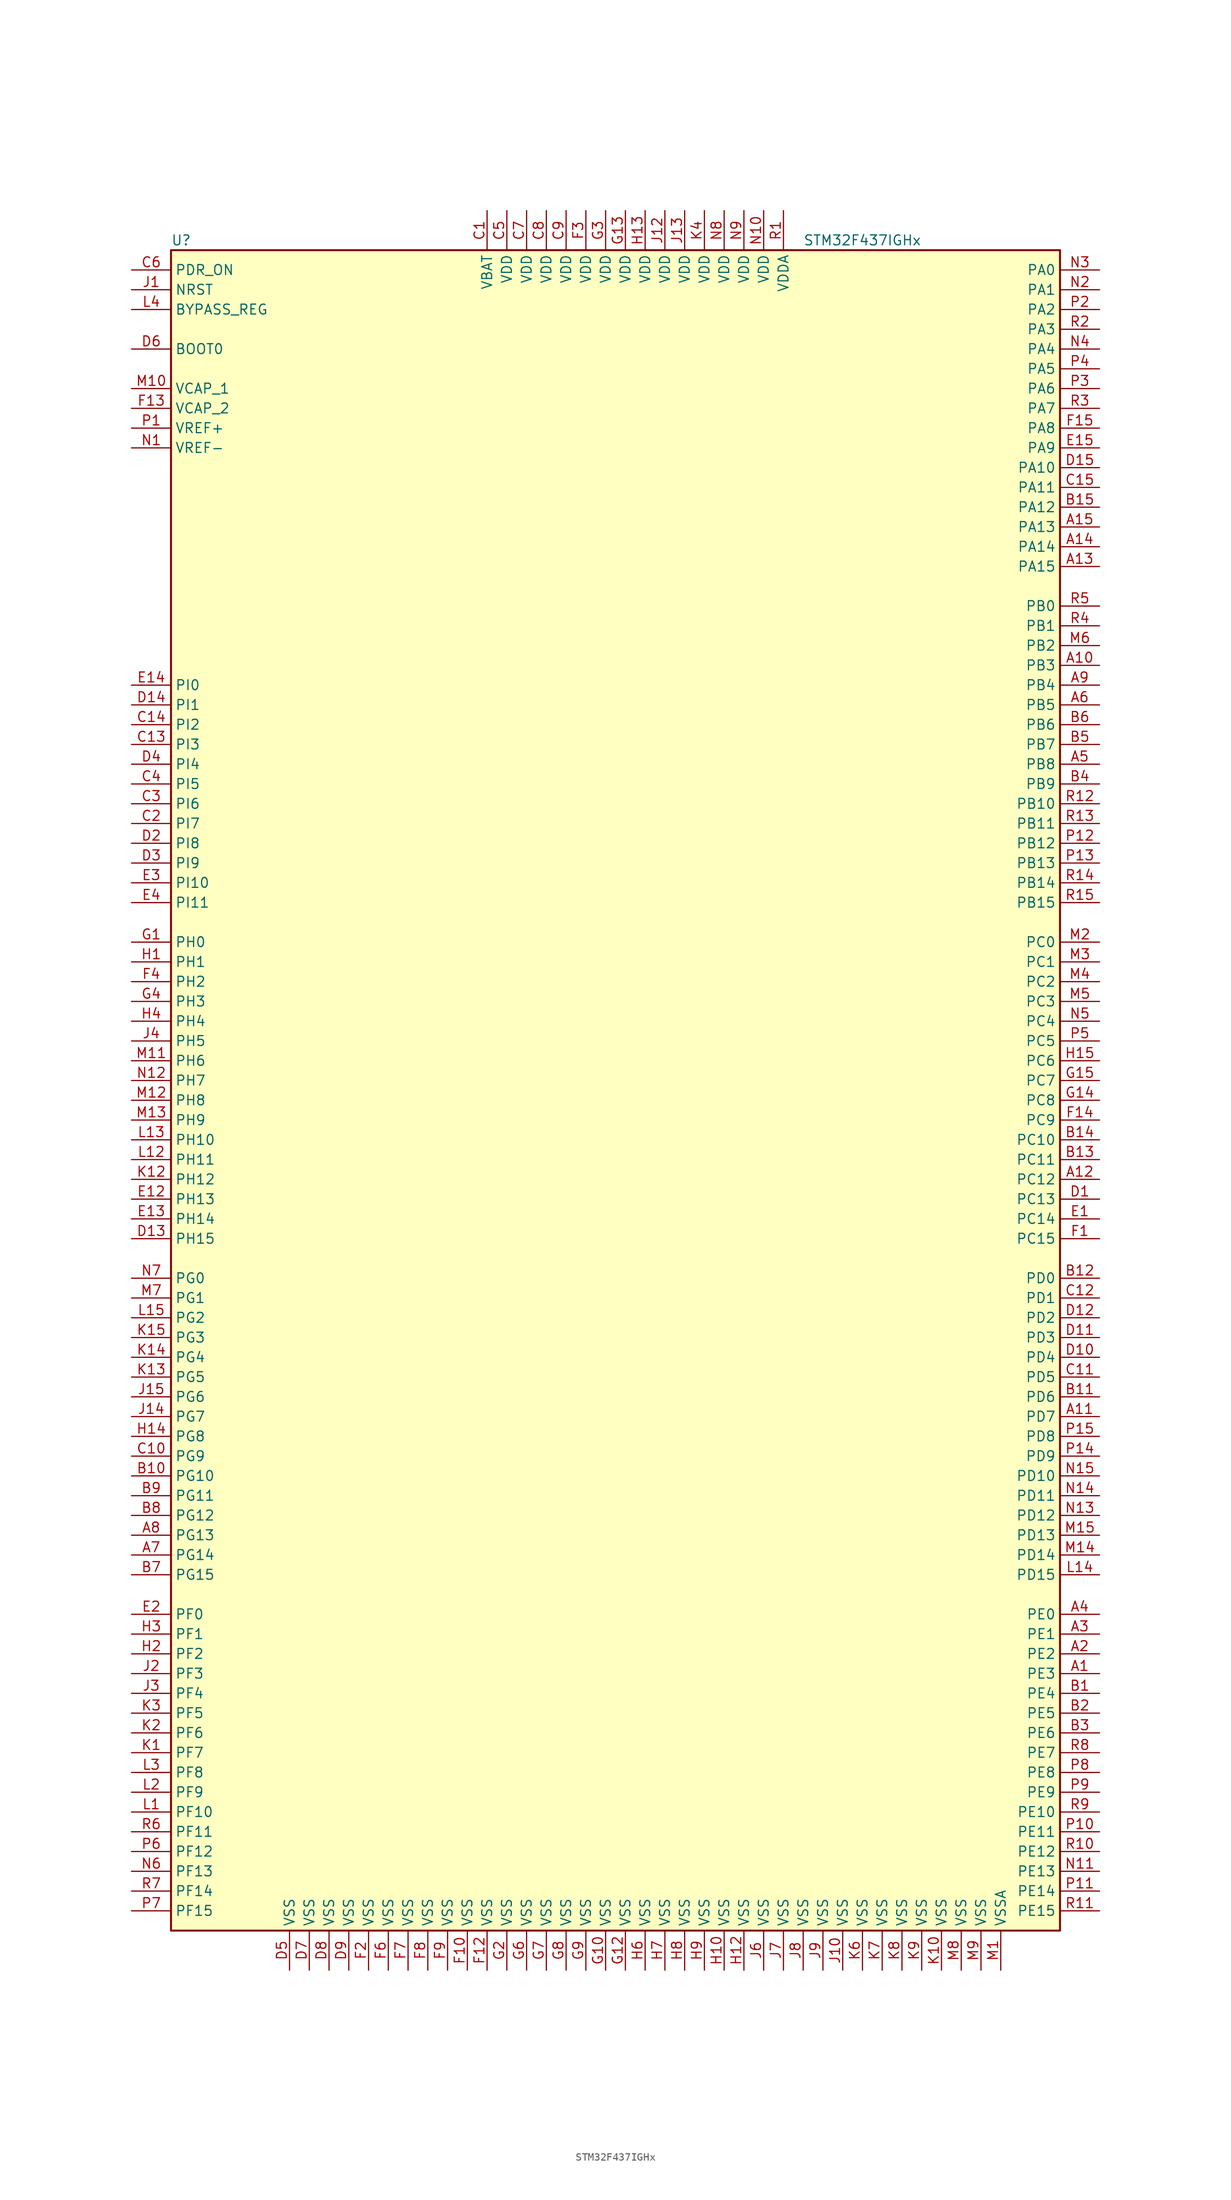
<source format=kicad_sym>
(kicad_symbol_lib
  (version 20211014)
  (generator kicad_symbol_editor)
  (symbol "STM32F437IGHx"
    (property "Reference" "U"
      (at -58.42 107.95 0)
      (effects (font (size 1.27 1.27)) (justify left)))
    (property "Value" "STM32F437IGHx"
      (at 22.86 107.95 0)
      (effects (font (size 1.27 1.27)) (justify left)))
    (symbol "STM32F437IGHx_0_1"
      (rectangle (start -58.42 -109.22) (end 55.88 106.68) (stroke (width 0.254) (type default) (color 0 0 0 0)) (fill (type background))))
    (symbol "STM32F437IGHx_1_1"
      (pin bidirectional line (at 60.96 -76.2 180) (length 5.08) (name "PE3" (effects (font (size 1.27 1.27)))) (number "A1" (effects (font (size 1.27 1.27)))))
      (pin bidirectional line (at 60.96 53.34 180) (length 5.08) (name "PB3" (effects (font (size 1.27 1.27)))) (number "A10" (effects (font (size 1.27 1.27)))))
      (pin bidirectional line (at 60.96 -43.18 180) (length 5.08) (name "PD7" (effects (font (size 1.27 1.27)))) (number "A11" (effects (font (size 1.27 1.27)))))
      (pin bidirectional line (at 60.96 -12.7 180) (length 5.08) (name "PC12" (effects (font (size 1.27 1.27)))) (number "A12" (effects (font (size 1.27 1.27)))))
      (pin bidirectional line (at 60.96 66.04 180) (length 5.08) (name "PA15" (effects (font (size 1.27 1.27)))) (number "A13" (effects (font (size 1.27 1.27)))))
      (pin bidirectional line (at 60.96 68.58 180) (length 5.08) (name "PA14" (effects (font (size 1.27 1.27)))) (number "A14" (effects (font (size 1.27 1.27)))))
      (pin bidirectional line (at 60.96 71.12 180) (length 5.08) (name "PA13" (effects (font (size 1.27 1.27)))) (number "A15" (effects (font (size 1.27 1.27)))))
      (pin bidirectional line (at 60.96 -73.66 180) (length 5.08) (name "PE2" (effects (font (size 1.27 1.27)))) (number "A2" (effects (font (size 1.27 1.27)))))
      (pin bidirectional line (at 60.96 -71.12 180) (length 5.08) (name "PE1" (effects (font (size 1.27 1.27)))) (number "A3" (effects (font (size 1.27 1.27)))))
      (pin bidirectional line (at 60.96 -68.58 180) (length 5.08) (name "PE0" (effects (font (size 1.27 1.27)))) (number "A4" (effects (font (size 1.27 1.27)))))
      (pin bidirectional line (at 60.96 40.64 180) (length 5.08) (name "PB8" (effects (font (size 1.27 1.27)))) (number "A5" (effects (font (size 1.27 1.27)))))
      (pin bidirectional line (at 60.96 48.26 180) (length 5.08) (name "PB5" (effects (font (size 1.27 1.27)))) (number "A6" (effects (font (size 1.27 1.27)))))
      (pin bidirectional line (at -63.5 -60.96 0) (length 5.08) (name "PG14" (effects (font (size 1.27 1.27)))) (number "A7" (effects (font (size 1.27 1.27)))))
      (pin bidirectional line (at -63.5 -58.42 0) (length 5.08) (name "PG13" (effects (font (size 1.27 1.27)))) (number "A8" (effects (font (size 1.27 1.27)))))
      (pin bidirectional line (at 60.96 50.8 180) (length 5.08) (name "PB4" (effects (font (size 1.27 1.27)))) (number "A9" (effects (font (size 1.27 1.27)))))
      (pin bidirectional line (at 60.96 -78.74 180) (length 5.08) (name "PE4" (effects (font (size 1.27 1.27)))) (number "B1" (effects (font (size 1.27 1.27)))))
      (pin bidirectional line (at -63.5 -50.8 0) (length 5.08) (name "PG10" (effects (font (size 1.27 1.27)))) (number "B10" (effects (font (size 1.27 1.27)))))
      (pin bidirectional line (at 60.96 -40.64 180) (length 5.08) (name "PD6" (effects (font (size 1.27 1.27)))) (number "B11" (effects (font (size 1.27 1.27)))))
      (pin bidirectional line (at 60.96 -25.4 180) (length 5.08) (name "PD0" (effects (font (size 1.27 1.27)))) (number "B12" (effects (font (size 1.27 1.27)))))
      (pin bidirectional line (at 60.96 -10.16 180) (length 5.08) (name "PC11" (effects (font (size 1.27 1.27)))) (number "B13" (effects (font (size 1.27 1.27)))))
      (pin bidirectional line (at 60.96 -7.62 180) (length 5.08) (name "PC10" (effects (font (size 1.27 1.27)))) (number "B14" (effects (font (size 1.27 1.27)))))
      (pin bidirectional line (at 60.96 73.66 180) (length 5.08) (name "PA12" (effects (font (size 1.27 1.27)))) (number "B15" (effects (font (size 1.27 1.27)))))
      (pin bidirectional line (at 60.96 -81.28 180) (length 5.08) (name "PE5" (effects (font (size 1.27 1.27)))) (number "B2" (effects (font (size 1.27 1.27)))))
      (pin bidirectional line (at 60.96 -83.82 180) (length 5.08) (name "PE6" (effects (font (size 1.27 1.27)))) (number "B3" (effects (font (size 1.27 1.27)))))
      (pin bidirectional line (at 60.96 38.1 180) (length 5.08) (name "PB9" (effects (font (size 1.27 1.27)))) (number "B4" (effects (font (size 1.27 1.27)))))
      (pin bidirectional line (at 60.96 43.18 180) (length 5.08) (name "PB7" (effects (font (size 1.27 1.27)))) (number "B5" (effects (font (size 1.27 1.27)))))
      (pin bidirectional line (at 60.96 45.72 180) (length 5.08) (name "PB6" (effects (font (size 1.27 1.27)))) (number "B6" (effects (font (size 1.27 1.27)))))
      (pin bidirectional line (at -63.5 -63.5 0) (length 5.08) (name "PG15" (effects (font (size 1.27 1.27)))) (number "B7" (effects (font (size 1.27 1.27)))))
      (pin bidirectional line (at -63.5 -55.88 0) (length 5.08) (name "PG12" (effects (font (size 1.27 1.27)))) (number "B8" (effects (font (size 1.27 1.27)))))
      (pin bidirectional line (at -63.5 -53.34 0) (length 5.08) (name "PG11" (effects (font (size 1.27 1.27)))) (number "B9" (effects (font (size 1.27 1.27)))))
      (pin power_in line (at -17.78 111.76 270) (length 5.08) (name "VBAT" (effects (font (size 1.27 1.27)))) (number "C1" (effects (font (size 1.27 1.27)))))
      (pin bidirectional line (at -63.5 -48.26 0) (length 5.08) (name "PG9" (effects (font (size 1.27 1.27)))) (number "C10" (effects (font (size 1.27 1.27)))))
      (pin bidirectional line (at 60.96 -38.1 180) (length 5.08) (name "PD5" (effects (font (size 1.27 1.27)))) (number "C11" (effects (font (size 1.27 1.27)))))
      (pin bidirectional line (at 60.96 -27.94 180) (length 5.08) (name "PD1" (effects (font (size 1.27 1.27)))) (number "C12" (effects (font (size 1.27 1.27)))))
      (pin bidirectional line (at -63.5 43.18 0) (length 5.08) (name "PI3" (effects (font (size 1.27 1.27)))) (number "C13" (effects (font (size 1.27 1.27)))))
      (pin bidirectional line (at -63.5 45.72 0) (length 5.08) (name "PI2" (effects (font (size 1.27 1.27)))) (number "C14" (effects (font (size 1.27 1.27)))))
      (pin bidirectional line (at 60.96 76.2 180) (length 5.08) (name "PA11" (effects (font (size 1.27 1.27)))) (number "C15" (effects (font (size 1.27 1.27)))))
      (pin bidirectional line (at -63.5 33.02 0) (length 5.08) (name "PI7" (effects (font (size 1.27 1.27)))) (number "C2" (effects (font (size 1.27 1.27)))))
      (pin bidirectional line (at -63.5 35.56 0) (length 5.08) (name "PI6" (effects (font (size 1.27 1.27)))) (number "C3" (effects (font (size 1.27 1.27)))))
      (pin bidirectional line (at -63.5 38.1 0) (length 5.08) (name "PI5" (effects (font (size 1.27 1.27)))) (number "C4" (effects (font (size 1.27 1.27)))))
      (pin power_in line (at -15.24 111.76 270) (length 5.08) (name "VDD" (effects (font (size 1.27 1.27)))) (number "C5" (effects (font (size 1.27 1.27)))))
      (pin input line (at -63.5 104.14 0) (length 5.08) (name "PDR_ON" (effects (font (size 1.27 1.27)))) (number "C6" (effects (font (size 1.27 1.27)))))
      (pin power_in line (at -12.7 111.76 270) (length 5.08) (name "VDD" (effects (font (size 1.27 1.27)))) (number "C7" (effects (font (size 1.27 1.27)))))
      (pin power_in line (at -10.16 111.76 270) (length 5.08) (name "VDD" (effects (font (size 1.27 1.27)))) (number "C8" (effects (font (size 1.27 1.27)))))
      (pin power_in line (at -7.62 111.76 270) (length 5.08) (name "VDD" (effects (font (size 1.27 1.27)))) (number "C9" (effects (font (size 1.27 1.27)))))
      (pin bidirectional line (at 60.96 -15.24 180) (length 5.08) (name "PC13" (effects (font (size 1.27 1.27)))) (number "D1" (effects (font (size 1.27 1.27)))))
      (pin bidirectional line (at 60.96 -35.56 180) (length 5.08) (name "PD4" (effects (font (size 1.27 1.27)))) (number "D10" (effects (font (size 1.27 1.27)))))
      (pin bidirectional line (at 60.96 -33.02 180) (length 5.08) (name "PD3" (effects (font (size 1.27 1.27)))) (number "D11" (effects (font (size 1.27 1.27)))))
      (pin bidirectional line (at 60.96 -30.48 180) (length 5.08) (name "PD2" (effects (font (size 1.27 1.27)))) (number "D12" (effects (font (size 1.27 1.27)))))
      (pin bidirectional line (at -63.5 -20.32 0) (length 5.08) (name "PH15" (effects (font (size 1.27 1.27)))) (number "D13" (effects (font (size 1.27 1.27)))))
      (pin bidirectional line (at -63.5 48.26 0) (length 5.08) (name "PI1" (effects (font (size 1.27 1.27)))) (number "D14" (effects (font (size 1.27 1.27)))))
      (pin bidirectional line (at 60.96 78.74 180) (length 5.08) (name "PA10" (effects (font (size 1.27 1.27)))) (number "D15" (effects (font (size 1.27 1.27)))))
      (pin bidirectional line (at -63.5 30.48 0) (length 5.08) (name "PI8" (effects (font (size 1.27 1.27)))) (number "D2" (effects (font (size 1.27 1.27)))))
      (pin bidirectional line (at -63.5 27.94 0) (length 5.08) (name "PI9" (effects (font (size 1.27 1.27)))) (number "D3" (effects (font (size 1.27 1.27)))))
      (pin bidirectional line (at -63.5 40.64 0) (length 5.08) (name "PI4" (effects (font (size 1.27 1.27)))) (number "D4" (effects (font (size 1.27 1.27)))))
      (pin power_in line (at -43.18 -114.3 90) (length 5.08) (name "VSS" (effects (font (size 1.27 1.27)))) (number "D5" (effects (font (size 1.27 1.27)))))
      (pin input line (at -63.5 93.98 0) (length 5.08) (name "BOOT0" (effects (font (size 1.27 1.27)))) (number "D6" (effects (font (size 1.27 1.27)))))
      (pin power_in line (at -40.64 -114.3 90) (length 5.08) (name "VSS" (effects (font (size 1.27 1.27)))) (number "D7" (effects (font (size 1.27 1.27)))))
      (pin power_in line (at -38.1 -114.3 90) (length 5.08) (name "VSS" (effects (font (size 1.27 1.27)))) (number "D8" (effects (font (size 1.27 1.27)))))
      (pin power_in line (at -35.56 -114.3 90) (length 5.08) (name "VSS" (effects (font (size 1.27 1.27)))) (number "D9" (effects (font (size 1.27 1.27)))))
      (pin bidirectional line (at 60.96 -17.78 180) (length 5.08) (name "PC14" (effects (font (size 1.27 1.27)))) (number "E1" (effects (font (size 1.27 1.27)))))
      (pin bidirectional line (at -63.5 -15.24 0) (length 5.08) (name "PH13" (effects (font (size 1.27 1.27)))) (number "E12" (effects (font (size 1.27 1.27)))))
      (pin bidirectional line (at -63.5 -17.78 0) (length 5.08) (name "PH14" (effects (font (size 1.27 1.27)))) (number "E13" (effects (font (size 1.27 1.27)))))
      (pin bidirectional line (at -63.5 50.8 0) (length 5.08) (name "PI0" (effects (font (size 1.27 1.27)))) (number "E14" (effects (font (size 1.27 1.27)))))
      (pin bidirectional line (at 60.96 81.28 180) (length 5.08) (name "PA9" (effects (font (size 1.27 1.27)))) (number "E15" (effects (font (size 1.27 1.27)))))
      (pin bidirectional line (at -63.5 -68.58 0) (length 5.08) (name "PF0" (effects (font (size 1.27 1.27)))) (number "E2" (effects (font (size 1.27 1.27)))))
      (pin bidirectional line (at -63.5 25.4 0) (length 5.08) (name "PI10" (effects (font (size 1.27 1.27)))) (number "E3" (effects (font (size 1.27 1.27)))))
      (pin bidirectional line (at -63.5 22.86 0) (length 5.08) (name "PI11" (effects (font (size 1.27 1.27)))) (number "E4" (effects (font (size 1.27 1.27)))))
      (pin bidirectional line (at 60.96 -20.32 180) (length 5.08) (name "PC15" (effects (font (size 1.27 1.27)))) (number "F1" (effects (font (size 1.27 1.27)))))
      (pin power_in line (at -20.32 -114.3 90) (length 5.08) (name "VSS" (effects (font (size 1.27 1.27)))) (number "F10" (effects (font (size 1.27 1.27)))))
      (pin power_in line (at -17.78 -114.3 90) (length 5.08) (name "VSS" (effects (font (size 1.27 1.27)))) (number "F12" (effects (font (size 1.27 1.27)))))
      (pin power_in line (at -63.5 86.36 0) (length 5.08) (name "VCAP_2" (effects (font (size 1.27 1.27)))) (number "F13" (effects (font (size 1.27 1.27)))))
      (pin bidirectional line (at 60.96 -5.08 180) (length 5.08) (name "PC9" (effects (font (size 1.27 1.27)))) (number "F14" (effects (font (size 1.27 1.27)))))
      (pin bidirectional line (at 60.96 83.82 180) (length 5.08) (name "PA8" (effects (font (size 1.27 1.27)))) (number "F15" (effects (font (size 1.27 1.27)))))
      (pin power_in line (at -33.02 -114.3 90) (length 5.08) (name "VSS" (effects (font (size 1.27 1.27)))) (number "F2" (effects (font (size 1.27 1.27)))))
      (pin power_in line (at -5.08 111.76 270) (length 5.08) (name "VDD" (effects (font (size 1.27 1.27)))) (number "F3" (effects (font (size 1.27 1.27)))))
      (pin bidirectional line (at -63.5 12.7 0) (length 5.08) (name "PH2" (effects (font (size 1.27 1.27)))) (number "F4" (effects (font (size 1.27 1.27)))))
      (pin power_in line (at -30.48 -114.3 90) (length 5.08) (name "VSS" (effects (font (size 1.27 1.27)))) (number "F6" (effects (font (size 1.27 1.27)))))
      (pin power_in line (at -27.94 -114.3 90) (length 5.08) (name "VSS" (effects (font (size 1.27 1.27)))) (number "F7" (effects (font (size 1.27 1.27)))))
      (pin power_in line (at -25.4 -114.3 90) (length 5.08) (name "VSS" (effects (font (size 1.27 1.27)))) (number "F8" (effects (font (size 1.27 1.27)))))
      (pin power_in line (at -22.86 -114.3 90) (length 5.08) (name "VSS" (effects (font (size 1.27 1.27)))) (number "F9" (effects (font (size 1.27 1.27)))))
      (pin input line (at -63.5 17.78 0) (length 5.08) (name "PH0" (effects (font (size 1.27 1.27)))) (number "G1" (effects (font (size 1.27 1.27)))))
      (pin power_in line (at -2.54 -114.3 90) (length 5.08) (name "VSS" (effects (font (size 1.27 1.27)))) (number "G10" (effects (font (size 1.27 1.27)))))
      (pin power_in line (at 0 -114.3 90) (length 5.08) (name "VSS" (effects (font (size 1.27 1.27)))) (number "G12" (effects (font (size 1.27 1.27)))))
      (pin power_in line (at 0 111.76 270) (length 5.08) (name "VDD" (effects (font (size 1.27 1.27)))) (number "G13" (effects (font (size 1.27 1.27)))))
      (pin bidirectional line (at 60.96 -2.54 180) (length 5.08) (name "PC8" (effects (font (size 1.27 1.27)))) (number "G14" (effects (font (size 1.27 1.27)))))
      (pin bidirectional line (at 60.96 0 180) (length 5.08) (name "PC7" (effects (font (size 1.27 1.27)))) (number "G15" (effects (font (size 1.27 1.27)))))
      (pin power_in line (at -15.24 -114.3 90) (length 5.08) (name "VSS" (effects (font (size 1.27 1.27)))) (number "G2" (effects (font (size 1.27 1.27)))))
      (pin power_in line (at -2.54 111.76 270) (length 5.08) (name "VDD" (effects (font (size 1.27 1.27)))) (number "G3" (effects (font (size 1.27 1.27)))))
      (pin bidirectional line (at -63.5 10.16 0) (length 5.08) (name "PH3" (effects (font (size 1.27 1.27)))) (number "G4" (effects (font (size 1.27 1.27)))))
      (pin power_in line (at -12.7 -114.3 90) (length 5.08) (name "VSS" (effects (font (size 1.27 1.27)))) (number "G6" (effects (font (size 1.27 1.27)))))
      (pin power_in line (at -10.16 -114.3 90) (length 5.08) (name "VSS" (effects (font (size 1.27 1.27)))) (number "G7" (effects (font (size 1.27 1.27)))))
      (pin power_in line (at -7.62 -114.3 90) (length 5.08) (name "VSS" (effects (font (size 1.27 1.27)))) (number "G8" (effects (font (size 1.27 1.27)))))
      (pin power_in line (at -5.08 -114.3 90) (length 5.08) (name "VSS" (effects (font (size 1.27 1.27)))) (number "G9" (effects (font (size 1.27 1.27)))))
      (pin input line (at -63.5 15.24 0) (length 5.08) (name "PH1" (effects (font (size 1.27 1.27)))) (number "H1" (effects (font (size 1.27 1.27)))))
      (pin power_in line (at 12.7 -114.3 90) (length 5.08) (name "VSS" (effects (font (size 1.27 1.27)))) (number "H10" (effects (font (size 1.27 1.27)))))
      (pin power_in line (at 15.24 -114.3 90) (length 5.08) (name "VSS" (effects (font (size 1.27 1.27)))) (number "H12" (effects (font (size 1.27 1.27)))))
      (pin power_in line (at 2.54 111.76 270) (length 5.08) (name "VDD" (effects (font (size 1.27 1.27)))) (number "H13" (effects (font (size 1.27 1.27)))))
      (pin bidirectional line (at -63.5 -45.72 0) (length 5.08) (name "PG8" (effects (font (size 1.27 1.27)))) (number "H14" (effects (font (size 1.27 1.27)))))
      (pin bidirectional line (at 60.96 2.54 180) (length 5.08) (name "PC6" (effects (font (size 1.27 1.27)))) (number "H15" (effects (font (size 1.27 1.27)))))
      (pin bidirectional line (at -63.5 -73.66 0) (length 5.08) (name "PF2" (effects (font (size 1.27 1.27)))) (number "H2" (effects (font (size 1.27 1.27)))))
      (pin bidirectional line (at -63.5 -71.12 0) (length 5.08) (name "PF1" (effects (font (size 1.27 1.27)))) (number "H3" (effects (font (size 1.27 1.27)))))
      (pin bidirectional line (at -63.5 7.62 0) (length 5.08) (name "PH4" (effects (font (size 1.27 1.27)))) (number "H4" (effects (font (size 1.27 1.27)))))
      (pin power_in line (at 2.54 -114.3 90) (length 5.08) (name "VSS" (effects (font (size 1.27 1.27)))) (number "H6" (effects (font (size 1.27 1.27)))))
      (pin power_in line (at 5.08 -114.3 90) (length 5.08) (name "VSS" (effects (font (size 1.27 1.27)))) (number "H7" (effects (font (size 1.27 1.27)))))
      (pin power_in line (at 7.62 -114.3 90) (length 5.08) (name "VSS" (effects (font (size 1.27 1.27)))) (number "H8" (effects (font (size 1.27 1.27)))))
      (pin power_in line (at 10.16 -114.3 90) (length 5.08) (name "VSS" (effects (font (size 1.27 1.27)))) (number "H9" (effects (font (size 1.27 1.27)))))
      (pin input line (at -63.5 101.6 0) (length 5.08) (name "NRST" (effects (font (size 1.27 1.27)))) (number "J1" (effects (font (size 1.27 1.27)))))
      (pin power_in line (at 27.94 -114.3 90) (length 5.08) (name "VSS" (effects (font (size 1.27 1.27)))) (number "J10" (effects (font (size 1.27 1.27)))))
      (pin power_in line (at 5.08 111.76 270) (length 5.08) (name "VDD" (effects (font (size 1.27 1.27)))) (number "J12" (effects (font (size 1.27 1.27)))))
      (pin power_in line (at 7.62 111.76 270) (length 5.08) (name "VDD" (effects (font (size 1.27 1.27)))) (number "J13" (effects (font (size 1.27 1.27)))))
      (pin bidirectional line (at -63.5 -43.18 0) (length 5.08) (name "PG7" (effects (font (size 1.27 1.27)))) (number "J14" (effects (font (size 1.27 1.27)))))
      (pin bidirectional line (at -63.5 -40.64 0) (length 5.08) (name "PG6" (effects (font (size 1.27 1.27)))) (number "J15" (effects (font (size 1.27 1.27)))))
      (pin bidirectional line (at -63.5 -76.2 0) (length 5.08) (name "PF3" (effects (font (size 1.27 1.27)))) (number "J2" (effects (font (size 1.27 1.27)))))
      (pin bidirectional line (at -63.5 -78.74 0) (length 5.08) (name "PF4" (effects (font (size 1.27 1.27)))) (number "J3" (effects (font (size 1.27 1.27)))))
      (pin bidirectional line (at -63.5 5.08 0) (length 5.08) (name "PH5" (effects (font (size 1.27 1.27)))) (number "J4" (effects (font (size 1.27 1.27)))))
      (pin power_in line (at 17.78 -114.3 90) (length 5.08) (name "VSS" (effects (font (size 1.27 1.27)))) (number "J6" (effects (font (size 1.27 1.27)))))
      (pin power_in line (at 20.32 -114.3 90) (length 5.08) (name "VSS" (effects (font (size 1.27 1.27)))) (number "J7" (effects (font (size 1.27 1.27)))))
      (pin power_in line (at 22.86 -114.3 90) (length 5.08) (name "VSS" (effects (font (size 1.27 1.27)))) (number "J8" (effects (font (size 1.27 1.27)))))
      (pin power_in line (at 25.4 -114.3 90) (length 5.08) (name "VSS" (effects (font (size 1.27 1.27)))) (number "J9" (effects (font (size 1.27 1.27)))))
      (pin bidirectional line (at -63.5 -86.36 0) (length 5.08) (name "PF7" (effects (font (size 1.27 1.27)))) (number "K1" (effects (font (size 1.27 1.27)))))
      (pin power_in line (at 40.64 -114.3 90) (length 5.08) (name "VSS" (effects (font (size 1.27 1.27)))) (number "K10" (effects (font (size 1.27 1.27)))))
      (pin bidirectional line (at -63.5 -12.7 0) (length 5.08) (name "PH12" (effects (font (size 1.27 1.27)))) (number "K12" (effects (font (size 1.27 1.27)))))
      (pin bidirectional line (at -63.5 -38.1 0) (length 5.08) (name "PG5" (effects (font (size 1.27 1.27)))) (number "K13" (effects (font (size 1.27 1.27)))))
      (pin bidirectional line (at -63.5 -35.56 0) (length 5.08) (name "PG4" (effects (font (size 1.27 1.27)))) (number "K14" (effects (font (size 1.27 1.27)))))
      (pin bidirectional line (at -63.5 -33.02 0) (length 5.08) (name "PG3" (effects (font (size 1.27 1.27)))) (number "K15" (effects (font (size 1.27 1.27)))))
      (pin bidirectional line (at -63.5 -83.82 0) (length 5.08) (name "PF6" (effects (font (size 1.27 1.27)))) (number "K2" (effects (font (size 1.27 1.27)))))
      (pin bidirectional line (at -63.5 -81.28 0) (length 5.08) (name "PF5" (effects (font (size 1.27 1.27)))) (number "K3" (effects (font (size 1.27 1.27)))))
      (pin power_in line (at 10.16 111.76 270) (length 5.08) (name "VDD" (effects (font (size 1.27 1.27)))) (number "K4" (effects (font (size 1.27 1.27)))))
      (pin power_in line (at 30.48 -114.3 90) (length 5.08) (name "VSS" (effects (font (size 1.27 1.27)))) (number "K6" (effects (font (size 1.27 1.27)))))
      (pin power_in line (at 33.02 -114.3 90) (length 5.08) (name "VSS" (effects (font (size 1.27 1.27)))) (number "K7" (effects (font (size 1.27 1.27)))))
      (pin power_in line (at 35.56 -114.3 90) (length 5.08) (name "VSS" (effects (font (size 1.27 1.27)))) (number "K8" (effects (font (size 1.27 1.27)))))
      (pin power_in line (at 38.1 -114.3 90) (length 5.08) (name "VSS" (effects (font (size 1.27 1.27)))) (number "K9" (effects (font (size 1.27 1.27)))))
      (pin bidirectional line (at -63.5 -93.98 0) (length 5.08) (name "PF10" (effects (font (size 1.27 1.27)))) (number "L1" (effects (font (size 1.27 1.27)))))
      (pin bidirectional line (at -63.5 -10.16 0) (length 5.08) (name "PH11" (effects (font (size 1.27 1.27)))) (number "L12" (effects (font (size 1.27 1.27)))))
      (pin bidirectional line (at -63.5 -7.62 0) (length 5.08) (name "PH10" (effects (font (size 1.27 1.27)))) (number "L13" (effects (font (size 1.27 1.27)))))
      (pin bidirectional line (at 60.96 -63.5 180) (length 5.08) (name "PD15" (effects (font (size 1.27 1.27)))) (number "L14" (effects (font (size 1.27 1.27)))))
      (pin bidirectional line (at -63.5 -30.48 0) (length 5.08) (name "PG2" (effects (font (size 1.27 1.27)))) (number "L15" (effects (font (size 1.27 1.27)))))
      (pin bidirectional line (at -63.5 -91.44 0) (length 5.08) (name "PF9" (effects (font (size 1.27 1.27)))) (number "L2" (effects (font (size 1.27 1.27)))))
      (pin bidirectional line (at -63.5 -88.9 0) (length 5.08) (name "PF8" (effects (font (size 1.27 1.27)))) (number "L3" (effects (font (size 1.27 1.27)))))
      (pin input line (at -63.5 99.06 0) (length 5.08) (name "BYPASS_REG" (effects (font (size 1.27 1.27)))) (number "L4" (effects (font (size 1.27 1.27)))))
      (pin power_in line (at 48.26 -114.3 90) (length 5.08) (name "VSSA" (effects (font (size 1.27 1.27)))) (number "M1" (effects (font (size 1.27 1.27)))))
      (pin power_in line (at -63.5 88.9 0) (length 5.08) (name "VCAP_1" (effects (font (size 1.27 1.27)))) (number "M10" (effects (font (size 1.27 1.27)))))
      (pin bidirectional line (at -63.5 2.54 0) (length 5.08) (name "PH6" (effects (font (size 1.27 1.27)))) (number "M11" (effects (font (size 1.27 1.27)))))
      (pin bidirectional line (at -63.5 -2.54 0) (length 5.08) (name "PH8" (effects (font (size 1.27 1.27)))) (number "M12" (effects (font (size 1.27 1.27)))))
      (pin bidirectional line (at -63.5 -5.08 0) (length 5.08) (name "PH9" (effects (font (size 1.27 1.27)))) (number "M13" (effects (font (size 1.27 1.27)))))
      (pin bidirectional line (at 60.96 -60.96 180) (length 5.08) (name "PD14" (effects (font (size 1.27 1.27)))) (number "M14" (effects (font (size 1.27 1.27)))))
      (pin bidirectional line (at 60.96 -58.42 180) (length 5.08) (name "PD13" (effects (font (size 1.27 1.27)))) (number "M15" (effects (font (size 1.27 1.27)))))
      (pin bidirectional line (at 60.96 17.78 180) (length 5.08) (name "PC0" (effects (font (size 1.27 1.27)))) (number "M2" (effects (font (size 1.27 1.27)))))
      (pin bidirectional line (at 60.96 15.24 180) (length 5.08) (name "PC1" (effects (font (size 1.27 1.27)))) (number "M3" (effects (font (size 1.27 1.27)))))
      (pin bidirectional line (at 60.96 12.7 180) (length 5.08) (name "PC2" (effects (font (size 1.27 1.27)))) (number "M4" (effects (font (size 1.27 1.27)))))
      (pin bidirectional line (at 60.96 10.16 180) (length 5.08) (name "PC3" (effects (font (size 1.27 1.27)))) (number "M5" (effects (font (size 1.27 1.27)))))
      (pin bidirectional line (at 60.96 55.88 180) (length 5.08) (name "PB2" (effects (font (size 1.27 1.27)))) (number "M6" (effects (font (size 1.27 1.27)))))
      (pin bidirectional line (at -63.5 -27.94 0) (length 5.08) (name "PG1" (effects (font (size 1.27 1.27)))) (number "M7" (effects (font (size 1.27 1.27)))))
      (pin power_in line (at 43.18 -114.3 90) (length 5.08) (name "VSS" (effects (font (size 1.27 1.27)))) (number "M8" (effects (font (size 1.27 1.27)))))
      (pin power_in line (at 45.72 -114.3 90) (length 5.08) (name "VSS" (effects (font (size 1.27 1.27)))) (number "M9" (effects (font (size 1.27 1.27)))))
      (pin power_in line (at -63.5 81.28 0) (length 5.08) (name "VREF-" (effects (font (size 1.27 1.27)))) (number "N1" (effects (font (size 1.27 1.27)))))
      (pin power_in line (at 17.78 111.76 270) (length 5.08) (name "VDD" (effects (font (size 1.27 1.27)))) (number "N10" (effects (font (size 1.27 1.27)))))
      (pin bidirectional line (at 60.96 -101.6 180) (length 5.08) (name "PE13" (effects (font (size 1.27 1.27)))) (number "N11" (effects (font (size 1.27 1.27)))))
      (pin bidirectional line (at -63.5 0 0) (length 5.08) (name "PH7" (effects (font (size 1.27 1.27)))) (number "N12" (effects (font (size 1.27 1.27)))))
      (pin bidirectional line (at 60.96 -55.88 180) (length 5.08) (name "PD12" (effects (font (size 1.27 1.27)))) (number "N13" (effects (font (size 1.27 1.27)))))
      (pin bidirectional line (at 60.96 -53.34 180) (length 5.08) (name "PD11" (effects (font (size 1.27 1.27)))) (number "N14" (effects (font (size 1.27 1.27)))))
      (pin bidirectional line (at 60.96 -50.8 180) (length 5.08) (name "PD10" (effects (font (size 1.27 1.27)))) (number "N15" (effects (font (size 1.27 1.27)))))
      (pin bidirectional line (at 60.96 101.6 180) (length 5.08) (name "PA1" (effects (font (size 1.27 1.27)))) (number "N2" (effects (font (size 1.27 1.27)))))
      (pin bidirectional line (at 60.96 104.14 180) (length 5.08) (name "PA0" (effects (font (size 1.27 1.27)))) (number "N3" (effects (font (size 1.27 1.27)))))
      (pin bidirectional line (at 60.96 93.98 180) (length 5.08) (name "PA4" (effects (font (size 1.27 1.27)))) (number "N4" (effects (font (size 1.27 1.27)))))
      (pin bidirectional line (at 60.96 7.62 180) (length 5.08) (name "PC4" (effects (font (size 1.27 1.27)))) (number "N5" (effects (font (size 1.27 1.27)))))
      (pin bidirectional line (at -63.5 -101.6 0) (length 5.08) (name "PF13" (effects (font (size 1.27 1.27)))) (number "N6" (effects (font (size 1.27 1.27)))))
      (pin bidirectional line (at -63.5 -25.4 0) (length 5.08) (name "PG0" (effects (font (size 1.27 1.27)))) (number "N7" (effects (font (size 1.27 1.27)))))
      (pin power_in line (at 12.7 111.76 270) (length 5.08) (name "VDD" (effects (font (size 1.27 1.27)))) (number "N8" (effects (font (size 1.27 1.27)))))
      (pin power_in line (at 15.24 111.76 270) (length 5.08) (name "VDD" (effects (font (size 1.27 1.27)))) (number "N9" (effects (font (size 1.27 1.27)))))
      (pin power_in line (at -63.5 83.82 0) (length 5.08) (name "VREF+" (effects (font (size 1.27 1.27)))) (number "P1" (effects (font (size 1.27 1.27)))))
      (pin bidirectional line (at 60.96 -96.52 180) (length 5.08) (name "PE11" (effects (font (size 1.27 1.27)))) (number "P10" (effects (font (size 1.27 1.27)))))
      (pin bidirectional line (at 60.96 -104.14 180) (length 5.08) (name "PE14" (effects (font (size 1.27 1.27)))) (number "P11" (effects (font (size 1.27 1.27)))))
      (pin bidirectional line (at 60.96 30.48 180) (length 5.08) (name "PB12" (effects (font (size 1.27 1.27)))) (number "P12" (effects (font (size 1.27 1.27)))))
      (pin bidirectional line (at 60.96 27.94 180) (length 5.08) (name "PB13" (effects (font (size 1.27 1.27)))) (number "P13" (effects (font (size 1.27 1.27)))))
      (pin bidirectional line (at 60.96 -48.26 180) (length 5.08) (name "PD9" (effects (font (size 1.27 1.27)))) (number "P14" (effects (font (size 1.27 1.27)))))
      (pin bidirectional line (at 60.96 -45.72 180) (length 5.08) (name "PD8" (effects (font (size 1.27 1.27)))) (number "P15" (effects (font (size 1.27 1.27)))))
      (pin bidirectional line (at 60.96 99.06 180) (length 5.08) (name "PA2" (effects (font (size 1.27 1.27)))) (number "P2" (effects (font (size 1.27 1.27)))))
      (pin bidirectional line (at 60.96 88.9 180) (length 5.08) (name "PA6" (effects (font (size 1.27 1.27)))) (number "P3" (effects (font (size 1.27 1.27)))))
      (pin bidirectional line (at 60.96 91.44 180) (length 5.08) (name "PA5" (effects (font (size 1.27 1.27)))) (number "P4" (effects (font (size 1.27 1.27)))))
      (pin bidirectional line (at 60.96 5.08 180) (length 5.08) (name "PC5" (effects (font (size 1.27 1.27)))) (number "P5" (effects (font (size 1.27 1.27)))))
      (pin bidirectional line (at -63.5 -99.06 0) (length 5.08) (name "PF12" (effects (font (size 1.27 1.27)))) (number "P6" (effects (font (size 1.27 1.27)))))
      (pin bidirectional line (at -63.5 -106.68 0) (length 5.08) (name "PF15" (effects (font (size 1.27 1.27)))) (number "P7" (effects (font (size 1.27 1.27)))))
      (pin bidirectional line (at 60.96 -88.9 180) (length 5.08) (name "PE8" (effects (font (size 1.27 1.27)))) (number "P8" (effects (font (size 1.27 1.27)))))
      (pin bidirectional line (at 60.96 -91.44 180) (length 5.08) (name "PE9" (effects (font (size 1.27 1.27)))) (number "P9" (effects (font (size 1.27 1.27)))))
      (pin power_in line (at 20.32 111.76 270) (length 5.08) (name "VDDA" (effects (font (size 1.27 1.27)))) (number "R1" (effects (font (size 1.27 1.27)))))
      (pin bidirectional line (at 60.96 -99.06 180) (length 5.08) (name "PE12" (effects (font (size 1.27 1.27)))) (number "R10" (effects (font (size 1.27 1.27)))))
      (pin bidirectional line (at 60.96 -106.68 180) (length 5.08) (name "PE15" (effects (font (size 1.27 1.27)))) (number "R11" (effects (font (size 1.27 1.27)))))
      (pin bidirectional line (at 60.96 35.56 180) (length 5.08) (name "PB10" (effects (font (size 1.27 1.27)))) (number "R12" (effects (font (size 1.27 1.27)))))
      (pin bidirectional line (at 60.96 33.02 180) (length 5.08) (name "PB11" (effects (font (size 1.27 1.27)))) (number "R13" (effects (font (size 1.27 1.27)))))
      (pin bidirectional line (at 60.96 25.4 180) (length 5.08) (name "PB14" (effects (font (size 1.27 1.27)))) (number "R14" (effects (font (size 1.27 1.27)))))
      (pin bidirectional line (at 60.96 22.86 180) (length 5.08) (name "PB15" (effects (font (size 1.27 1.27)))) (number "R15" (effects (font (size 1.27 1.27)))))
      (pin bidirectional line (at 60.96 96.52 180) (length 5.08) (name "PA3" (effects (font (size 1.27 1.27)))) (number "R2" (effects (font (size 1.27 1.27)))))
      (pin bidirectional line (at 60.96 86.36 180) (length 5.08) (name "PA7" (effects (font (size 1.27 1.27)))) (number "R3" (effects (font (size 1.27 1.27)))))
      (pin bidirectional line (at 60.96 58.42 180) (length 5.08) (name "PB1" (effects (font (size 1.27 1.27)))) (number "R4" (effects (font (size 1.27 1.27)))))
      (pin bidirectional line (at 60.96 60.96 180) (length 5.08) (name "PB0" (effects (font (size 1.27 1.27)))) (number "R5" (effects (font (size 1.27 1.27)))))
      (pin bidirectional line (at -63.5 -96.52 0) (length 5.08) (name "PF11" (effects (font (size 1.27 1.27)))) (number "R6" (effects (font (size 1.27 1.27)))))
      (pin bidirectional line (at -63.5 -104.14 0) (length 5.08) (name "PF14" (effects (font (size 1.27 1.27)))) (number "R7" (effects (font (size 1.27 1.27)))))
      (pin bidirectional line (at 60.96 -86.36 180) (length 5.08) (name "PE7" (effects (font (size 1.27 1.27)))) (number "R8" (effects (font (size 1.27 1.27)))))
      (pin bidirectional line (at 60.96 -93.98 180) (length 5.08) (name "PE10" (effects (font (size 1.27 1.27)))) (number "R9" (effects (font (size 1.27 1.27))))))))
</source>
